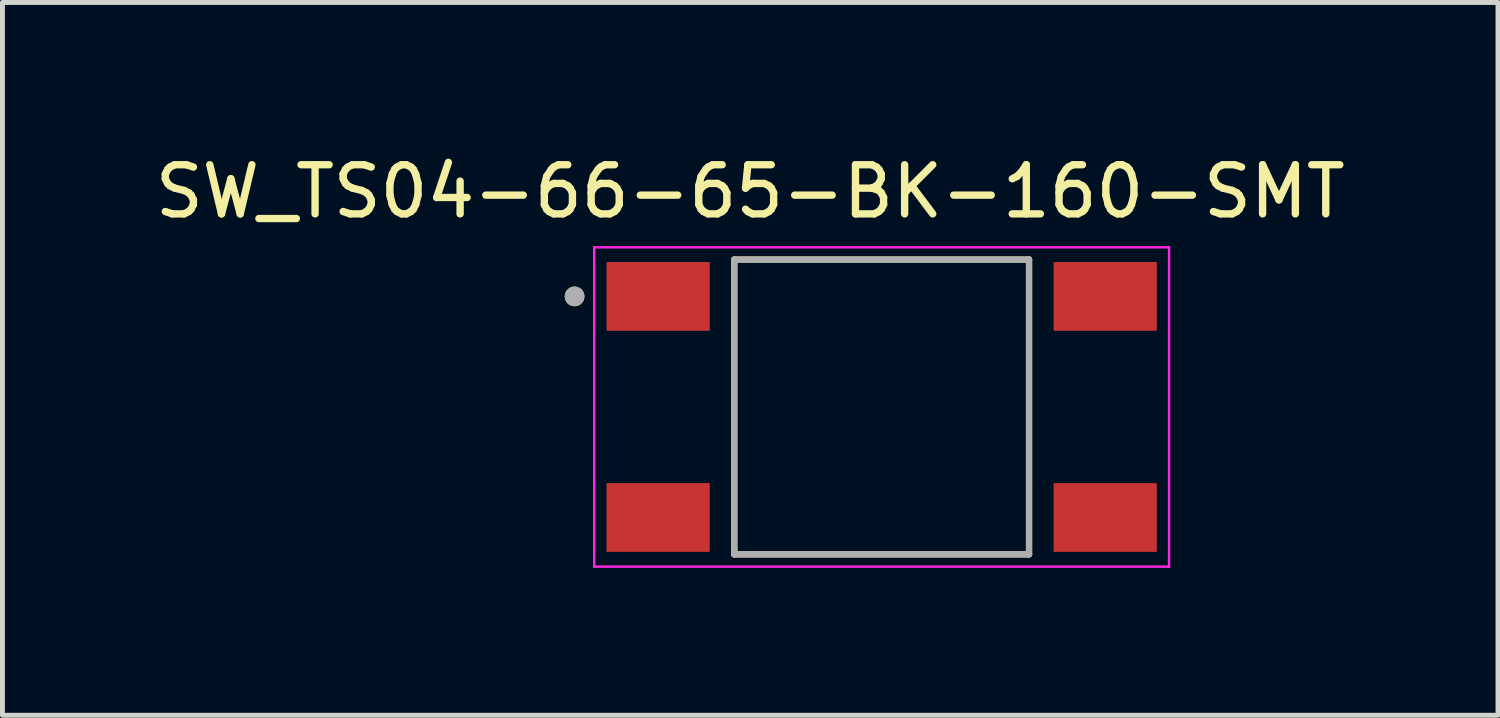
<source format=kicad_pcb>
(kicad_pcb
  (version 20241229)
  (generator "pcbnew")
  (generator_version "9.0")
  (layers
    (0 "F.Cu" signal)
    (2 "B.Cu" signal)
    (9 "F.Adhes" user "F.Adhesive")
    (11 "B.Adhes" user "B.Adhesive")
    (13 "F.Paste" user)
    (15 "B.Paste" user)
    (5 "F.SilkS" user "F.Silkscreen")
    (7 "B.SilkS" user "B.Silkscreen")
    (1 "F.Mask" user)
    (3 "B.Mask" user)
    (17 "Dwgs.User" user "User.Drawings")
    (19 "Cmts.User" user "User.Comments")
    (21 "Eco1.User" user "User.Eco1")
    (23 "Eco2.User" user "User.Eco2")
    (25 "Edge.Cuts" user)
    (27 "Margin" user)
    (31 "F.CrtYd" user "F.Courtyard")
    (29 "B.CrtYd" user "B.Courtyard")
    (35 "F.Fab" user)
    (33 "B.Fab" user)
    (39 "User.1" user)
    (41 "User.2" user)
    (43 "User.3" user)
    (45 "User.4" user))
  (footprint "SW_TS04-66-65-BK-160-SMT"
    (layer "F.Cu")
    (at 14.895 5.233)
    (property "Reference" "SW_TS04-66-65-BK-160-SMT" (at -2.675 -4.385 0) (layer "F.SilkS") (effects (font (size 1 1) (thickness 0.15))))
    (attr through_hole)
    (fp_line (start -3 -3) (end -3 3) (stroke (width 0.127) (type solid)) (layer "F.SilkS"))
    (fp_line (start -3 3) (end 3 3) (stroke (width 0.127) (type solid)) (layer "F.SilkS"))
    (fp_line (start 3 -3) (end -3 -3) (stroke (width 0.127) (type solid)) (layer "F.SilkS"))
    (fp_line (start 3 3) (end 3 -3) (stroke (width 0.127) (type solid)) (layer "F.SilkS"))
    (fp_circle (center -6.25 -2.25) (end -6.15 -2.25) (stroke (width 0.2) (type solid)) (fill no) (layer "F.SilkS"))
    (fp_line (start -5.85 -3.25) (end -5.85 3.25) (stroke (width 0.05) (type solid)) (layer "F.CrtYd"))
    (fp_line (start -5.85 3.25) (end 5.85 3.25) (stroke (width 0.05) (type solid)) (layer "F.CrtYd"))
    (fp_line (start 5.85 -3.25) (end -5.85 -3.25) (stroke (width 0.05) (type solid)) (layer "F.CrtYd"))
    (fp_line (start 5.85 3.25) (end 5.85 -3.25) (stroke (width 0.05) (type solid)) (layer "F.CrtYd"))
    (fp_line (start -3 -3) (end -3 3) (stroke (width 0.127) (type solid)) (layer "F.Fab"))
    (fp_line (start -3 3) (end 3 3) (stroke (width 0.127) (type solid)) (layer "F.Fab"))
    (fp_line (start 3 -3) (end -3 -3) (stroke (width 0.127) (type solid)) (layer "F.Fab"))
    (fp_line (start 3 3) (end 3 -3) (stroke (width 0.127) (type solid)) (layer "F.Fab"))
    (fp_circle (center -6.25 -2.25) (end -6.15 -2.25) (stroke (width 0.2) (type solid)) (fill no) (layer "F.Fab"))
    (pad "1" smd rect (at -4.55 -2.25) (size 2.1 1.4) (layers "F.Cu" "F.Mask" "F.Paste"))
    (pad "2" smd rect (at -4.55 2.25) (size 2.1 1.4) (layers "F.Cu" "F.Mask" "F.Paste"))
    (pad "3" smd rect (at 4.55 -2.25) (size 2.1 1.4) (layers "F.Cu" "F.Mask" "F.Paste"))
    (pad "4" smd rect (at 4.55 2.25) (size 2.1 1.4) (layers "F.Cu" "F.Mask" "F.Paste")))
  (gr_rect
    (start -3 -3)
    (end 27.44 11.508)
    (stroke (width 0.1) (type default))
    (fill no)
    (layer "Edge.Cuts")))
</source>
